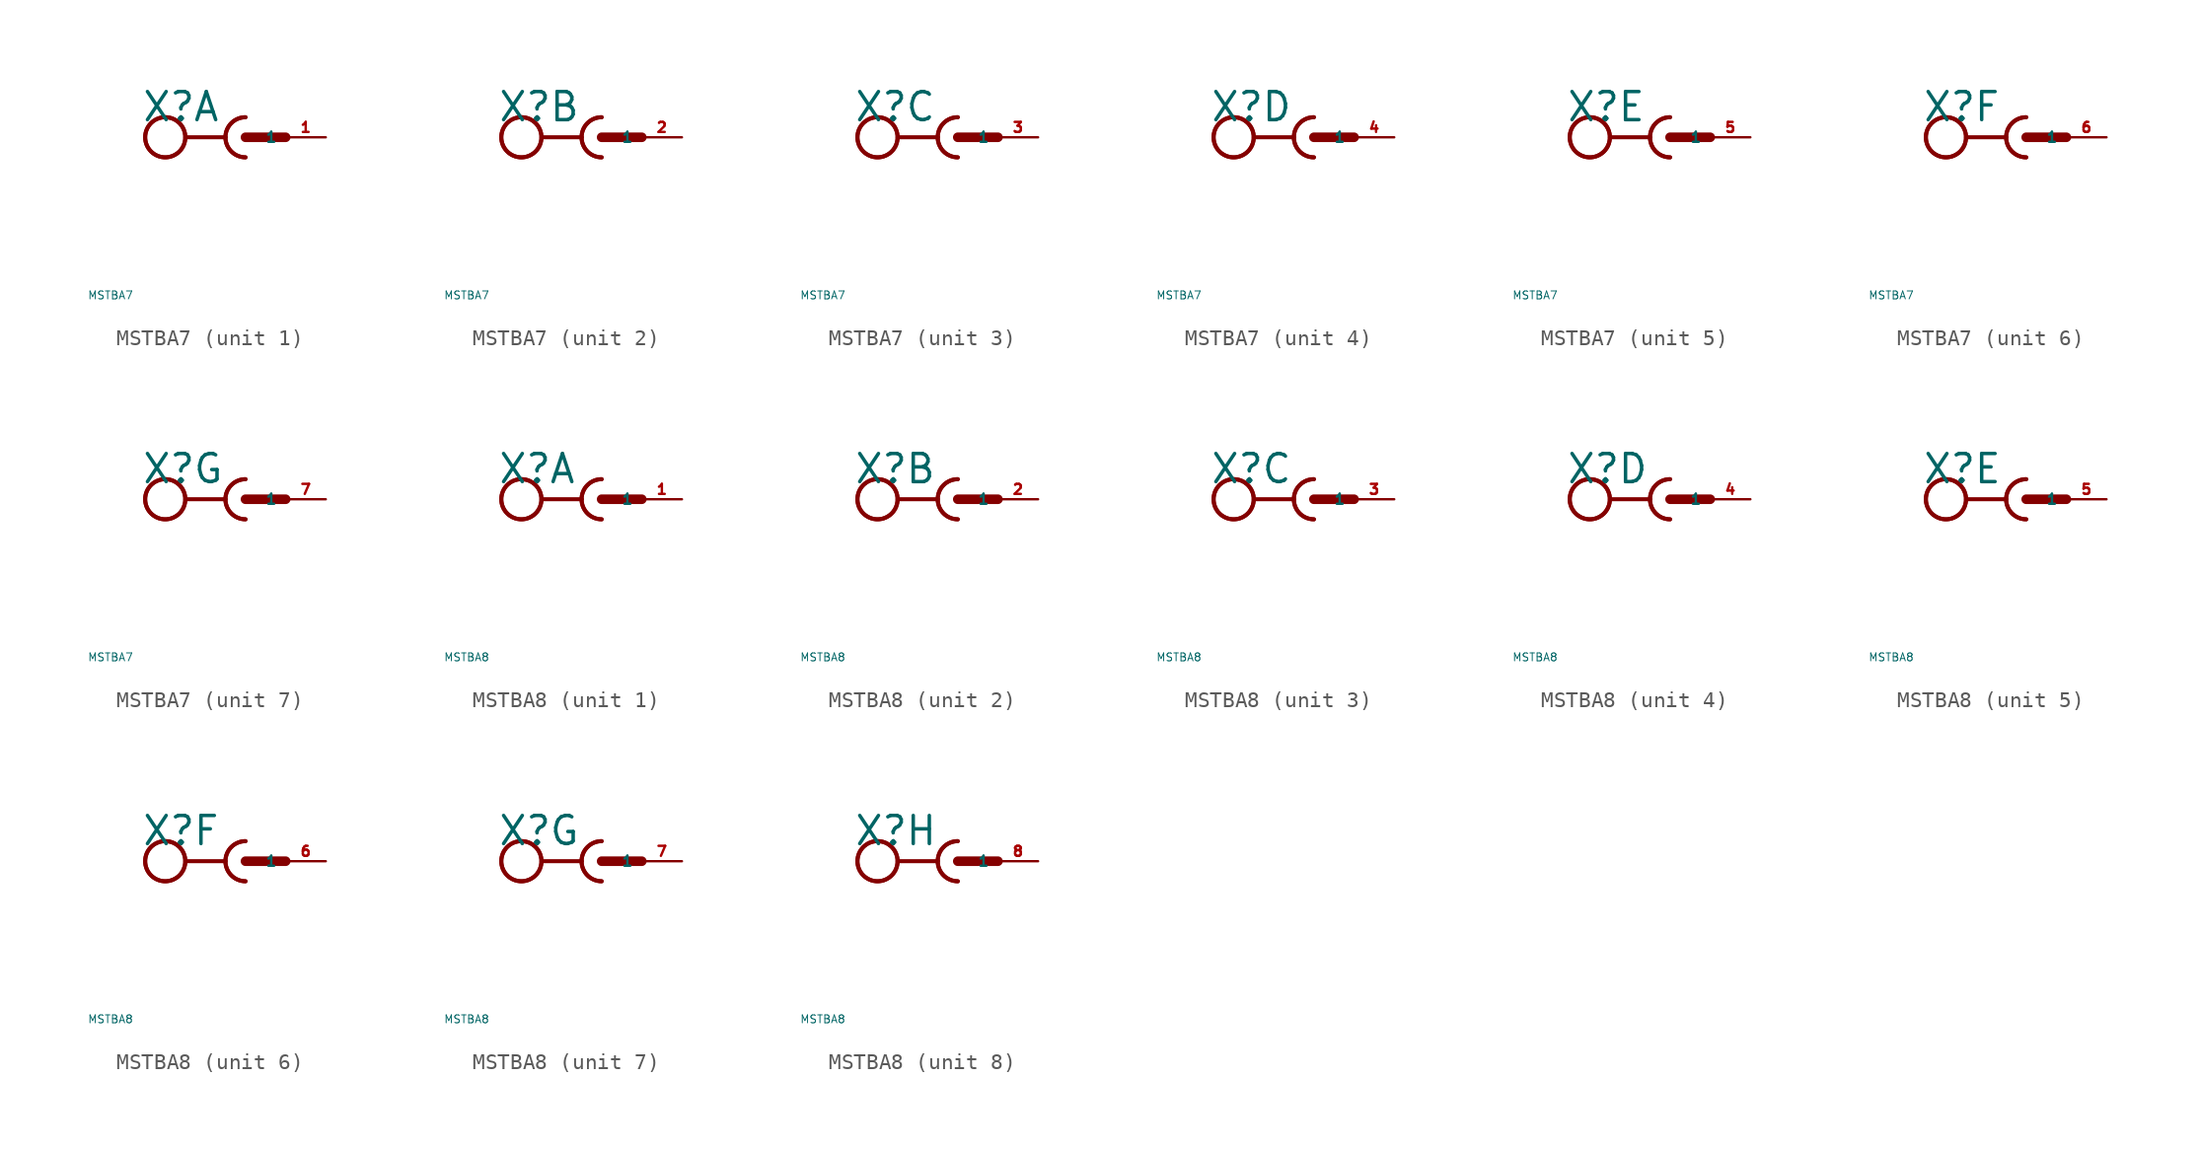
<source format=kicad_sym>
(kicad_symbol_lib
  (version 20220914)
  (generator Eagle2Kicad)
  (symbol "MSTBA7"
    (property "Reference" "X"
      (at -6.604 0.889 0)
      (effects (font (size 1.778 1.778) (thickness 0.22)) (justify left bottom)))
    (property "Value" "MSTBA7"
      (at -10 -10 0)
      (effects (font (size 0.5 0.5) (thickness 0.06)) (justify left)))
    (symbol "MSTBA7_1_0"
      (arc (start -1.27 0) (mid -0.898 -0.898) (end 0 -1.27) (stroke (width 0.254) (type default)) (fill (type none)))
      (arc (start 0 1.27) (mid -0.898 0.898) (end -1.27 0) (stroke (width 0.254) (type default)) (fill (type none)))
      (polyline (pts (xy -3.81 0) (xy -1.27 0)) (stroke (width 0.254) (type default)) (fill (type none)))
      (arc (start 0 1.27) (mid -1.270 0.000) (end 0 -1.27) (stroke (width 0.254) (type default)) (fill (type none)))
      (polyline (pts (xy 0 0) (xy 2.54 0)) (stroke (width 0.61) (type default)) (fill (type none)))
      (circle (center -5.08 0) (radius 1.27) (stroke (width 0.254) (type default)) (fill (type none)))
      (circle (center -5.08 0) (radius 1.27) (stroke (width 0.254) (type default)) (fill (type none)))
      (pin passive line (at 5.08 0 180) (length 2.54) (name "1" (effects (font (size 0.635 0.635) (thickness 0.08)) (justify left bottom))) (number "1" (effects (font (size 0.635 0.635) (thickness 0.08)) (justify left bottom)))))
    (symbol "MSTBA7_2_0"
      (arc (start -1.27 0) (mid -0.898 -0.898) (end 0 -1.27) (stroke (width 0.254) (type default)) (fill (type none)))
      (arc (start 0 1.27) (mid -0.898 0.898) (end -1.27 0) (stroke (width 0.254) (type default)) (fill (type none)))
      (polyline (pts (xy -3.81 0) (xy -1.27 0)) (stroke (width 0.254) (type default)) (fill (type none)))
      (arc (start 0 1.27) (mid -1.270 0.000) (end 0 -1.27) (stroke (width 0.254) (type default)) (fill (type none)))
      (polyline (pts (xy 0 0) (xy 2.54 0)) (stroke (width 0.61) (type default)) (fill (type none)))
      (circle (center -5.08 0) (radius 1.27) (stroke (width 0.254) (type default)) (fill (type none)))
      (circle (center -5.08 0) (radius 1.27) (stroke (width 0.254) (type default)) (fill (type none)))
      (pin passive line (at 5.08 0 180) (length 2.54) (name "1" (effects (font (size 0.635 0.635) (thickness 0.08)) (justify left bottom))) (number "2" (effects (font (size 0.635 0.635) (thickness 0.08)) (justify left bottom)))))
    (symbol "MSTBA7_3_0"
      (arc (start -1.27 0) (mid -0.898 -0.898) (end 0 -1.27) (stroke (width 0.254) (type default)) (fill (type none)))
      (arc (start 0 1.27) (mid -0.898 0.898) (end -1.27 0) (stroke (width 0.254) (type default)) (fill (type none)))
      (polyline (pts (xy -3.81 0) (xy -1.27 0)) (stroke (width 0.254) (type default)) (fill (type none)))
      (arc (start 0 1.27) (mid -1.270 0.000) (end 0 -1.27) (stroke (width 0.254) (type default)) (fill (type none)))
      (polyline (pts (xy 0 0) (xy 2.54 0)) (stroke (width 0.61) (type default)) (fill (type none)))
      (circle (center -5.08 0) (radius 1.27) (stroke (width 0.254) (type default)) (fill (type none)))
      (circle (center -5.08 0) (radius 1.27) (stroke (width 0.254) (type default)) (fill (type none)))
      (pin passive line (at 5.08 0 180) (length 2.54) (name "1" (effects (font (size 0.635 0.635) (thickness 0.08)) (justify left bottom))) (number "3" (effects (font (size 0.635 0.635) (thickness 0.08)) (justify left bottom)))))
    (symbol "MSTBA7_4_0"
      (arc (start -1.27 0) (mid -0.898 -0.898) (end 0 -1.27) (stroke (width 0.254) (type default)) (fill (type none)))
      (arc (start 0 1.27) (mid -0.898 0.898) (end -1.27 0) (stroke (width 0.254) (type default)) (fill (type none)))
      (polyline (pts (xy -3.81 0) (xy -1.27 0)) (stroke (width 0.254) (type default)) (fill (type none)))
      (arc (start 0 1.27) (mid -1.270 0.000) (end 0 -1.27) (stroke (width 0.254) (type default)) (fill (type none)))
      (polyline (pts (xy 0 0) (xy 2.54 0)) (stroke (width 0.61) (type default)) (fill (type none)))
      (circle (center -5.08 0) (radius 1.27) (stroke (width 0.254) (type default)) (fill (type none)))
      (circle (center -5.08 0) (radius 1.27) (stroke (width 0.254) (type default)) (fill (type none)))
      (pin passive line (at 5.08 0 180) (length 2.54) (name "1" (effects (font (size 0.635 0.635) (thickness 0.08)) (justify left bottom))) (number "4" (effects (font (size 0.635 0.635) (thickness 0.08)) (justify left bottom)))))
    (symbol "MSTBA7_5_0"
      (arc (start -1.27 0) (mid -0.898 -0.898) (end 0 -1.27) (stroke (width 0.254) (type default)) (fill (type none)))
      (arc (start 0 1.27) (mid -0.898 0.898) (end -1.27 0) (stroke (width 0.254) (type default)) (fill (type none)))
      (polyline (pts (xy -3.81 0) (xy -1.27 0)) (stroke (width 0.254) (type default)) (fill (type none)))
      (arc (start 0 1.27) (mid -1.270 0.000) (end 0 -1.27) (stroke (width 0.254) (type default)) (fill (type none)))
      (polyline (pts (xy 0 0) (xy 2.54 0)) (stroke (width 0.61) (type default)) (fill (type none)))
      (circle (center -5.08 0) (radius 1.27) (stroke (width 0.254) (type default)) (fill (type none)))
      (circle (center -5.08 0) (radius 1.27) (stroke (width 0.254) (type default)) (fill (type none)))
      (pin passive line (at 5.08 0 180) (length 2.54) (name "1" (effects (font (size 0.635 0.635) (thickness 0.08)) (justify left bottom))) (number "5" (effects (font (size 0.635 0.635) (thickness 0.08)) (justify left bottom)))))
    (symbol "MSTBA7_6_0"
      (arc (start -1.27 0) (mid -0.898 -0.898) (end 0 -1.27) (stroke (width 0.254) (type default)) (fill (type none)))
      (arc (start 0 1.27) (mid -0.898 0.898) (end -1.27 0) (stroke (width 0.254) (type default)) (fill (type none)))
      (polyline (pts (xy -3.81 0) (xy -1.27 0)) (stroke (width 0.254) (type default)) (fill (type none)))
      (arc (start 0 1.27) (mid -1.270 0.000) (end 0 -1.27) (stroke (width 0.254) (type default)) (fill (type none)))
      (polyline (pts (xy 0 0) (xy 2.54 0)) (stroke (width 0.61) (type default)) (fill (type none)))
      (circle (center -5.08 0) (radius 1.27) (stroke (width 0.254) (type default)) (fill (type none)))
      (circle (center -5.08 0) (radius 1.27) (stroke (width 0.254) (type default)) (fill (type none)))
      (pin passive line (at 5.08 0 180) (length 2.54) (name "1" (effects (font (size 0.635 0.635) (thickness 0.08)) (justify left bottom))) (number "6" (effects (font (size 0.635 0.635) (thickness 0.08)) (justify left bottom)))))
    (symbol "MSTBA7_7_0"
      (arc (start -1.27 0) (mid -0.898 -0.898) (end 0 -1.27) (stroke (width 0.254) (type default)) (fill (type none)))
      (arc (start 0 1.27) (mid -0.898 0.898) (end -1.27 0) (stroke (width 0.254) (type default)) (fill (type none)))
      (polyline (pts (xy -3.81 0) (xy -1.27 0)) (stroke (width 0.254) (type default)) (fill (type none)))
      (arc (start 0 1.27) (mid -1.270 0.000) (end 0 -1.27) (stroke (width 0.254) (type default)) (fill (type none)))
      (polyline (pts (xy 0 0) (xy 2.54 0)) (stroke (width 0.61) (type default)) (fill (type none)))
      (circle (center -5.08 0) (radius 1.27) (stroke (width 0.254) (type default)) (fill (type none)))
      (circle (center -5.08 0) (radius 1.27) (stroke (width 0.254) (type default)) (fill (type none)))
      (pin passive line (at 5.08 0 180) (length 2.54) (name "1" (effects (font (size 0.635 0.635) (thickness 0.08)) (justify left bottom))) (number "7" (effects (font (size 0.635 0.635) (thickness 0.08)) (justify left bottom))))))
  (symbol "MSTBA8"
    (property "Reference" "X"
      (at -6.604 0.889 0)
      (effects (font (size 1.778 1.778) (thickness 0.22)) (justify left bottom)))
    (property "Value" "MSTBA8"
      (at -10 -10 0)
      (effects (font (size 0.5 0.5) (thickness 0.06)) (justify left)))
    (symbol "MSTBA8_1_0"
      (arc (start -1.27 0) (mid -0.898 -0.898) (end 0 -1.27) (stroke (width 0.254) (type default)) (fill (type none)))
      (arc (start 0 1.27) (mid -0.898 0.898) (end -1.27 0) (stroke (width 0.254) (type default)) (fill (type none)))
      (polyline (pts (xy -3.81 0) (xy -1.27 0)) (stroke (width 0.254) (type default)) (fill (type none)))
      (arc (start 0 1.27) (mid -1.270 0.000) (end 0 -1.27) (stroke (width 0.254) (type default)) (fill (type none)))
      (polyline (pts (xy 0 0) (xy 2.54 0)) (stroke (width 0.61) (type default)) (fill (type none)))
      (circle (center -5.08 0) (radius 1.27) (stroke (width 0.254) (type default)) (fill (type none)))
      (circle (center -5.08 0) (radius 1.27) (stroke (width 0.254) (type default)) (fill (type none)))
      (pin passive line (at 5.08 0 180) (length 2.54) (name "1" (effects (font (size 0.635 0.635) (thickness 0.08)) (justify left bottom))) (number "1" (effects (font (size 0.635 0.635) (thickness 0.08)) (justify left bottom)))))
    (symbol "MSTBA8_2_0"
      (arc (start -1.27 0) (mid -0.898 -0.898) (end 0 -1.27) (stroke (width 0.254) (type default)) (fill (type none)))
      (arc (start 0 1.27) (mid -0.898 0.898) (end -1.27 0) (stroke (width 0.254) (type default)) (fill (type none)))
      (polyline (pts (xy -3.81 0) (xy -1.27 0)) (stroke (width 0.254) (type default)) (fill (type none)))
      (arc (start 0 1.27) (mid -1.270 0.000) (end 0 -1.27) (stroke (width 0.254) (type default)) (fill (type none)))
      (polyline (pts (xy 0 0) (xy 2.54 0)) (stroke (width 0.61) (type default)) (fill (type none)))
      (circle (center -5.08 0) (radius 1.27) (stroke (width 0.254) (type default)) (fill (type none)))
      (circle (center -5.08 0) (radius 1.27) (stroke (width 0.254) (type default)) (fill (type none)))
      (pin passive line (at 5.08 0 180) (length 2.54) (name "1" (effects (font (size 0.635 0.635) (thickness 0.08)) (justify left bottom))) (number "2" (effects (font (size 0.635 0.635) (thickness 0.08)) (justify left bottom)))))
    (symbol "MSTBA8_3_0"
      (arc (start -1.27 0) (mid -0.898 -0.898) (end 0 -1.27) (stroke (width 0.254) (type default)) (fill (type none)))
      (arc (start 0 1.27) (mid -0.898 0.898) (end -1.27 0) (stroke (width 0.254) (type default)) (fill (type none)))
      (polyline (pts (xy -3.81 0) (xy -1.27 0)) (stroke (width 0.254) (type default)) (fill (type none)))
      (arc (start 0 1.27) (mid -1.270 0.000) (end 0 -1.27) (stroke (width 0.254) (type default)) (fill (type none)))
      (polyline (pts (xy 0 0) (xy 2.54 0)) (stroke (width 0.61) (type default)) (fill (type none)))
      (circle (center -5.08 0) (radius 1.27) (stroke (width 0.254) (type default)) (fill (type none)))
      (circle (center -5.08 0) (radius 1.27) (stroke (width 0.254) (type default)) (fill (type none)))
      (pin passive line (at 5.08 0 180) (length 2.54) (name "1" (effects (font (size 0.635 0.635) (thickness 0.08)) (justify left bottom))) (number "3" (effects (font (size 0.635 0.635) (thickness 0.08)) (justify left bottom)))))
    (symbol "MSTBA8_4_0"
      (arc (start -1.27 0) (mid -0.898 -0.898) (end 0 -1.27) (stroke (width 0.254) (type default)) (fill (type none)))
      (arc (start 0 1.27) (mid -0.898 0.898) (end -1.27 0) (stroke (width 0.254) (type default)) (fill (type none)))
      (polyline (pts (xy -3.81 0) (xy -1.27 0)) (stroke (width 0.254) (type default)) (fill (type none)))
      (arc (start 0 1.27) (mid -1.270 0.000) (end 0 -1.27) (stroke (width 0.254) (type default)) (fill (type none)))
      (polyline (pts (xy 0 0) (xy 2.54 0)) (stroke (width 0.61) (type default)) (fill (type none)))
      (circle (center -5.08 0) (radius 1.27) (stroke (width 0.254) (type default)) (fill (type none)))
      (circle (center -5.08 0) (radius 1.27) (stroke (width 0.254) (type default)) (fill (type none)))
      (pin passive line (at 5.08 0 180) (length 2.54) (name "1" (effects (font (size 0.635 0.635) (thickness 0.08)) (justify left bottom))) (number "4" (effects (font (size 0.635 0.635) (thickness 0.08)) (justify left bottom)))))
    (symbol "MSTBA8_5_0"
      (arc (start -1.27 0) (mid -0.898 -0.898) (end 0 -1.27) (stroke (width 0.254) (type default)) (fill (type none)))
      (arc (start 0 1.27) (mid -0.898 0.898) (end -1.27 0) (stroke (width 0.254) (type default)) (fill (type none)))
      (polyline (pts (xy -3.81 0) (xy -1.27 0)) (stroke (width 0.254) (type default)) (fill (type none)))
      (arc (start 0 1.27) (mid -1.270 0.000) (end 0 -1.27) (stroke (width 0.254) (type default)) (fill (type none)))
      (polyline (pts (xy 0 0) (xy 2.54 0)) (stroke (width 0.61) (type default)) (fill (type none)))
      (circle (center -5.08 0) (radius 1.27) (stroke (width 0.254) (type default)) (fill (type none)))
      (circle (center -5.08 0) (radius 1.27) (stroke (width 0.254) (type default)) (fill (type none)))
      (pin passive line (at 5.08 0 180) (length 2.54) (name "1" (effects (font (size 0.635 0.635) (thickness 0.08)) (justify left bottom))) (number "5" (effects (font (size 0.635 0.635) (thickness 0.08)) (justify left bottom)))))
    (symbol "MSTBA8_6_0"
      (arc (start -1.27 0) (mid -0.898 -0.898) (end 0 -1.27) (stroke (width 0.254) (type default)) (fill (type none)))
      (arc (start 0 1.27) (mid -0.898 0.898) (end -1.27 0) (stroke (width 0.254) (type default)) (fill (type none)))
      (polyline (pts (xy -3.81 0) (xy -1.27 0)) (stroke (width 0.254) (type default)) (fill (type none)))
      (arc (start 0 1.27) (mid -1.270 0.000) (end 0 -1.27) (stroke (width 0.254) (type default)) (fill (type none)))
      (polyline (pts (xy 0 0) (xy 2.54 0)) (stroke (width 0.61) (type default)) (fill (type none)))
      (circle (center -5.08 0) (radius 1.27) (stroke (width 0.254) (type default)) (fill (type none)))
      (circle (center -5.08 0) (radius 1.27) (stroke (width 0.254) (type default)) (fill (type none)))
      (pin passive line (at 5.08 0 180) (length 2.54) (name "1" (effects (font (size 0.635 0.635) (thickness 0.08)) (justify left bottom))) (number "6" (effects (font (size 0.635 0.635) (thickness 0.08)) (justify left bottom)))))
    (symbol "MSTBA8_7_0"
      (arc (start -1.27 0) (mid -0.898 -0.898) (end 0 -1.27) (stroke (width 0.254) (type default)) (fill (type none)))
      (arc (start 0 1.27) (mid -0.898 0.898) (end -1.27 0) (stroke (width 0.254) (type default)) (fill (type none)))
      (polyline (pts (xy -3.81 0) (xy -1.27 0)) (stroke (width 0.254) (type default)) (fill (type none)))
      (arc (start 0 1.27) (mid -1.270 0.000) (end 0 -1.27) (stroke (width 0.254) (type default)) (fill (type none)))
      (polyline (pts (xy 0 0) (xy 2.54 0)) (stroke (width 0.61) (type default)) (fill (type none)))
      (circle (center -5.08 0) (radius 1.27) (stroke (width 0.254) (type default)) (fill (type none)))
      (circle (center -5.08 0) (radius 1.27) (stroke (width 0.254) (type default)) (fill (type none)))
      (pin passive line (at 5.08 0 180) (length 2.54) (name "1" (effects (font (size 0.635 0.635) (thickness 0.08)) (justify left bottom))) (number "7" (effects (font (size 0.635 0.635) (thickness 0.08)) (justify left bottom)))))
    (symbol "MSTBA8_8_0"
      (arc (start -1.27 0) (mid -0.898 -0.898) (end 0 -1.27) (stroke (width 0.254) (type default)) (fill (type none)))
      (arc (start 0 1.27) (mid -0.898 0.898) (end -1.27 0) (stroke (width 0.254) (type default)) (fill (type none)))
      (polyline (pts (xy -3.81 0) (xy -1.27 0)) (stroke (width 0.254) (type default)) (fill (type none)))
      (arc (start 0 1.27) (mid -1.270 0.000) (end 0 -1.27) (stroke (width 0.254) (type default)) (fill (type none)))
      (polyline (pts (xy 0 0) (xy 2.54 0)) (stroke (width 0.61) (type default)) (fill (type none)))
      (circle (center -5.08 0) (radius 1.27) (stroke (width 0.254) (type default)) (fill (type none)))
      (circle (center -5.08 0) (radius 1.27) (stroke (width 0.254) (type default)) (fill (type none)))
      (pin passive line (at 5.08 0 180) (length 2.54) (name "1" (effects (font (size 0.635 0.635) (thickness 0.08)) (justify left bottom))) (number "8" (effects (font (size 0.635 0.635) (thickness 0.08)) (justify left bottom)))))))
</source>
